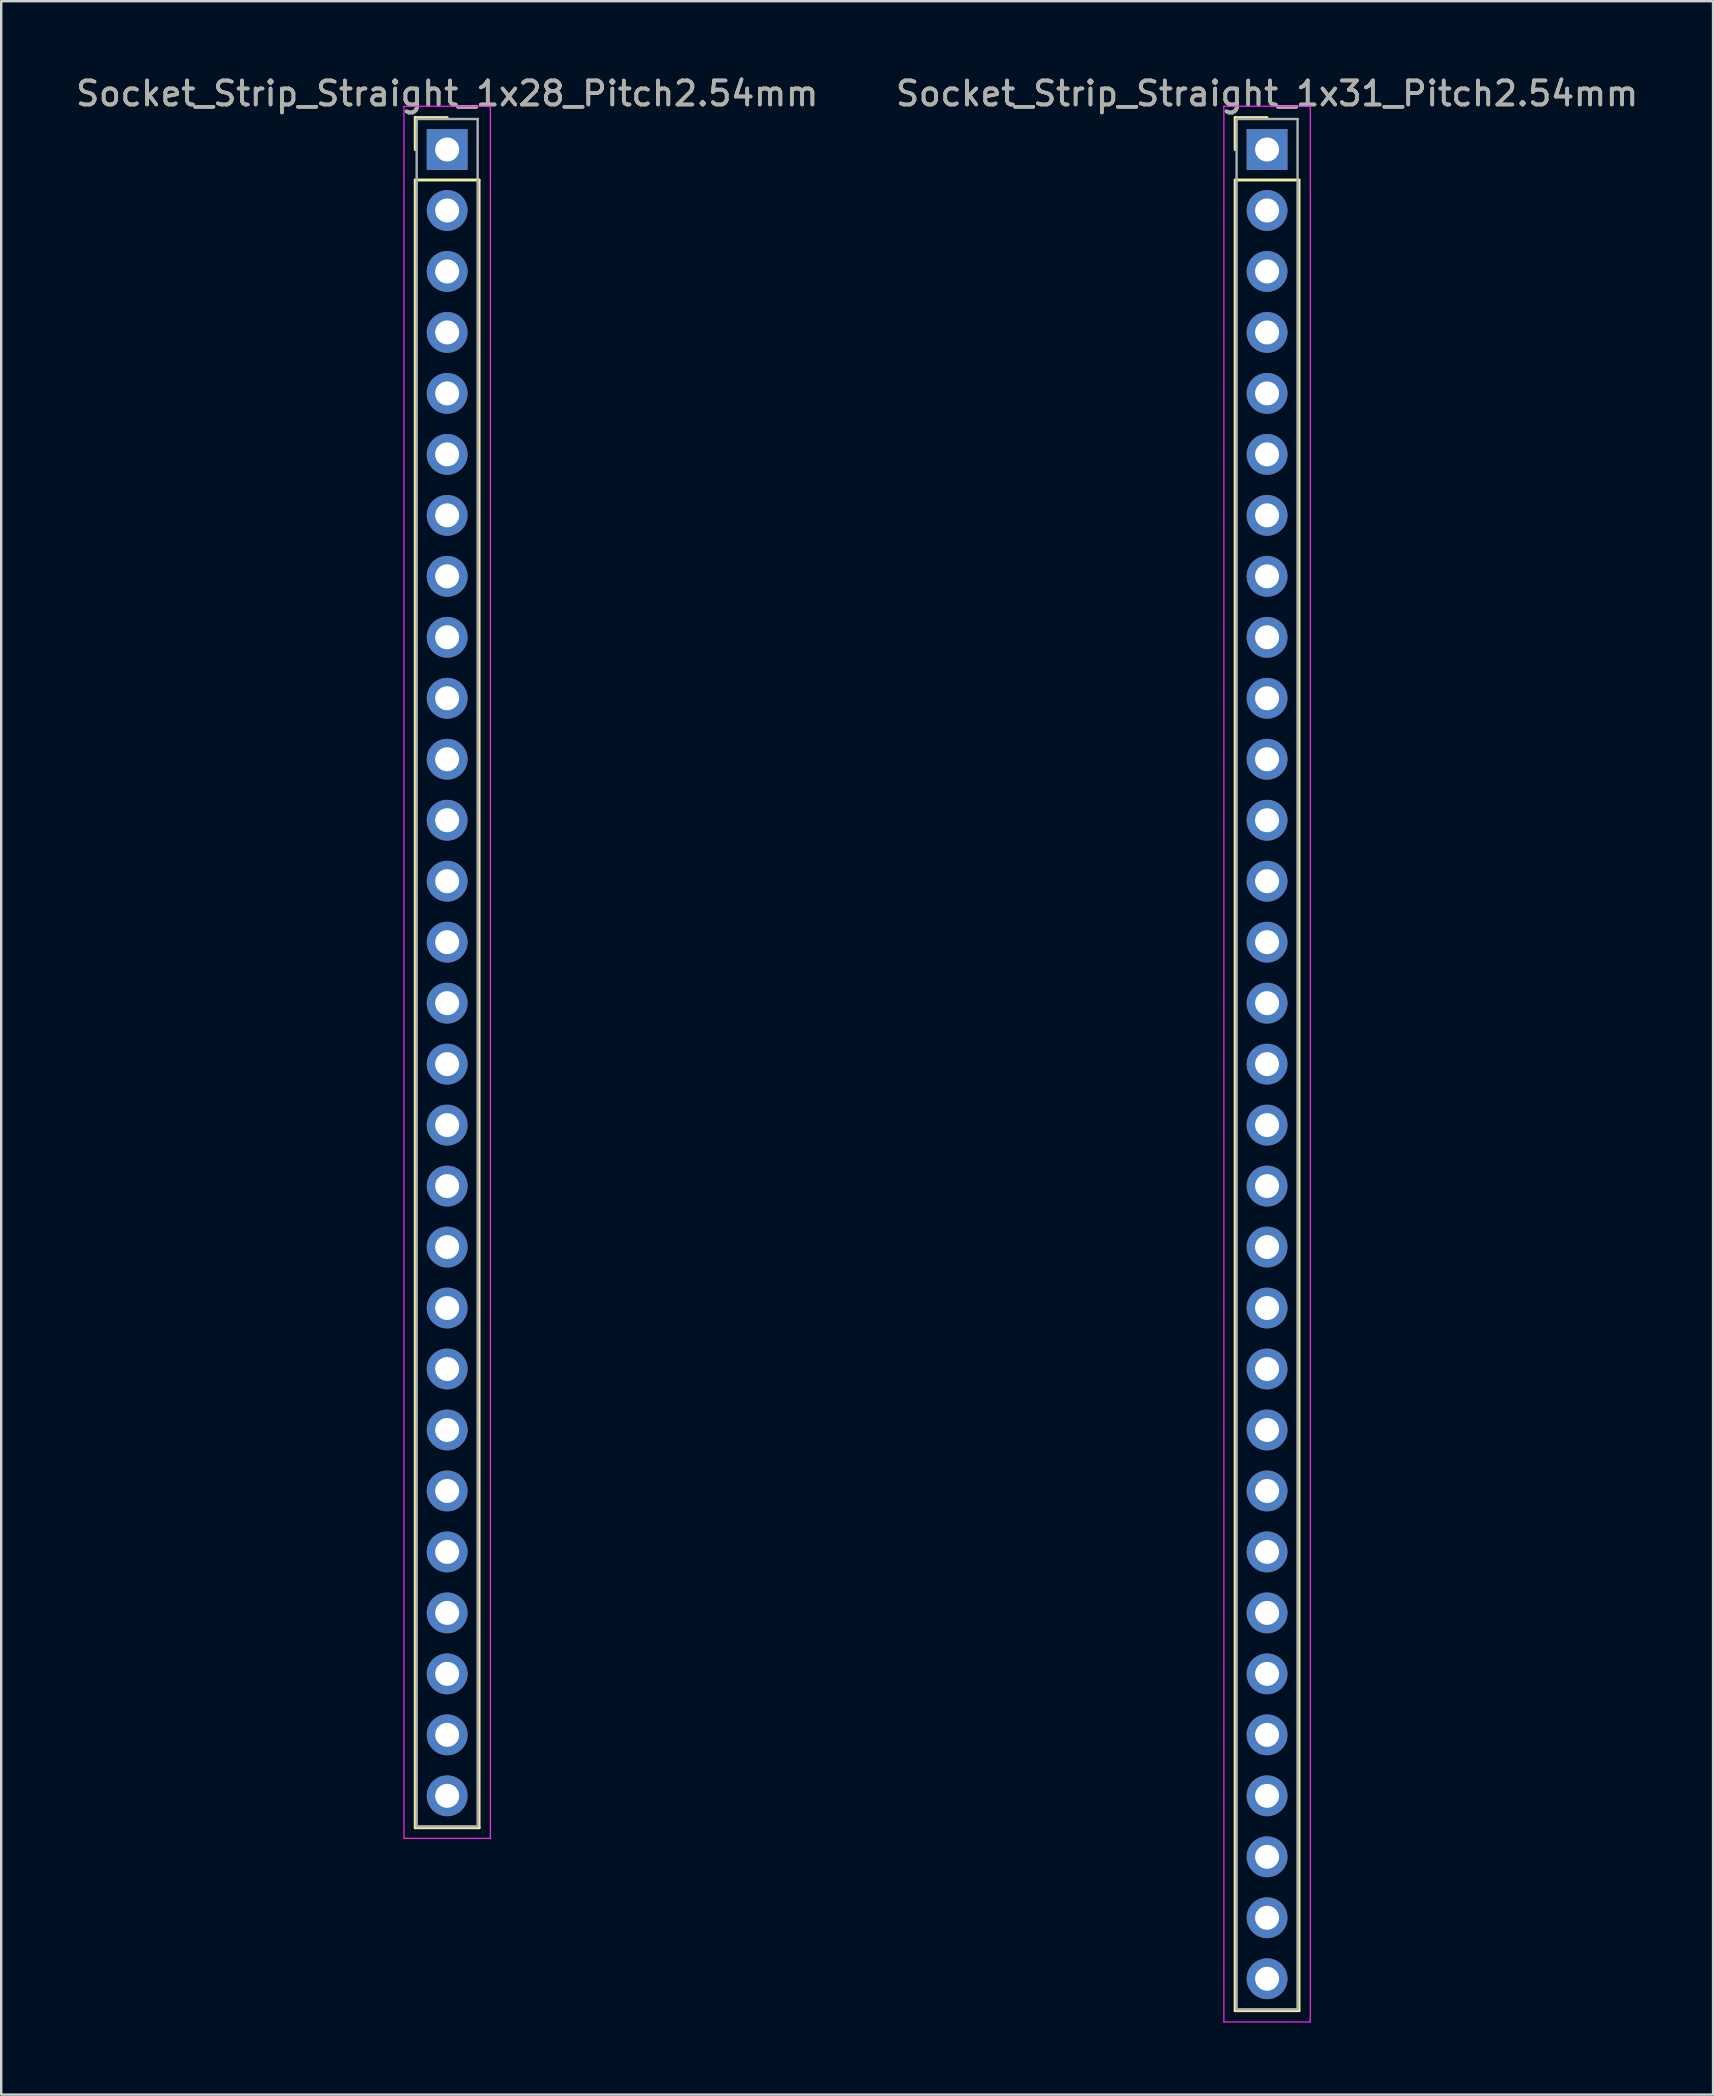
<source format=kicad_pcb>
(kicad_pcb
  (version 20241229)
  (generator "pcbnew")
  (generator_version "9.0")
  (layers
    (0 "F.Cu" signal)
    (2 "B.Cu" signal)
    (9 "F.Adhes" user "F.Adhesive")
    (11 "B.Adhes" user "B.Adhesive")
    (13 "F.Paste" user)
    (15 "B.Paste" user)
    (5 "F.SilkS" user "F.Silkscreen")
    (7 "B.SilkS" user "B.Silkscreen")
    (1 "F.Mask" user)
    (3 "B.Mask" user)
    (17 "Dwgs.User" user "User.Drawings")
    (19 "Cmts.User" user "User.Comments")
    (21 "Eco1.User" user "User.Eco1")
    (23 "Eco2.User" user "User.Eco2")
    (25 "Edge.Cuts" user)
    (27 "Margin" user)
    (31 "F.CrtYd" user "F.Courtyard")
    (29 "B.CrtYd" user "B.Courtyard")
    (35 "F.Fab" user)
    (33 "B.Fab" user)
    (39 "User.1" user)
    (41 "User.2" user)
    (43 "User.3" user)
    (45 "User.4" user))
  (footprint "Socket_Strip_Straight_1x28_Pitch2.54mm"
    (layer "F.Cu")
    (at 15.577 3.178)
    (property "Reference" "Socket_Strip_Straight_1x28_Pitch2.54mm" (at 0 -2.33 0) (layer "F.SilkS") (effects (font (size 1 1) (thickness 0.15))))
    (attr through_hole)
    (fp_line (start -1.33 -1.33) (end 0 -1.33) (stroke (width 0.12) (type solid)) (layer "F.SilkS"))
    (fp_line (start -1.33 0) (end -1.33 -1.33) (stroke (width 0.12) (type solid)) (layer "F.SilkS"))
    (fp_line (start -1.33 1.27) (end -1.33 69.91) (stroke (width 0.12) (type solid)) (layer "F.SilkS"))
    (fp_line (start -1.33 69.91) (end 1.33 69.91) (stroke (width 0.12) (type solid)) (layer "F.SilkS"))
    (fp_line (start 1.33 1.27) (end -1.33 1.27) (stroke (width 0.12) (type solid)) (layer "F.SilkS"))
    (fp_line (start 1.33 69.91) (end 1.33 1.27) (stroke (width 0.12) (type solid)) (layer "F.SilkS"))
    (fp_line (start -1.8 -1.8) (end -1.8 70.35) (stroke (width 0.05) (type solid)) (layer "F.CrtYd"))
    (fp_line (start -1.8 70.35) (end 1.8 70.35) (stroke (width 0.05) (type solid)) (layer "F.CrtYd"))
    (fp_line (start 1.8 -1.8) (end -1.8 -1.8) (stroke (width 0.05) (type solid)) (layer "F.CrtYd"))
    (fp_line (start 1.8 70.35) (end 1.8 -1.8) (stroke (width 0.05) (type solid)) (layer "F.CrtYd"))
    (fp_line (start -1.27 -1.27) (end -1.27 69.85) (stroke (width 0.1) (type solid)) (layer "F.Fab"))
    (fp_line (start -1.27 69.85) (end 1.27 69.85) (stroke (width 0.1) (type solid)) (layer "F.Fab"))
    (fp_line (start 1.27 -1.27) (end -1.27 -1.27) (stroke (width 0.1) (type solid)) (layer "F.Fab"))
    (fp_line (start 1.27 69.85) (end 1.27 -1.27) (stroke (width 0.1) (type solid)) (layer "F.Fab"))
    (fp_text user "${REFERENCE}" (at 0 -2.33 0) (layer "F.Fab") (effects (font (size 1 1) (thickness 0.15))))
    (pad "1" thru_hole rect (at 0 0) (size 1.7 1.7) (drill 1) (layers "*.Cu" "*.Mask"))
    (pad "2" thru_hole oval (at 0 2.54) (size 1.7 1.7) (drill 1) (layers "*.Cu" "*.Mask"))
    (pad "3" thru_hole oval (at 0 5.08) (size 1.7 1.7) (drill 1) (layers "*.Cu" "*.Mask"))
    (pad "4" thru_hole oval (at 0 7.62) (size 1.7 1.7) (drill 1) (layers "*.Cu" "*.Mask"))
    (pad "5" thru_hole oval (at 0 10.16) (size 1.7 1.7) (drill 1) (layers "*.Cu" "*.Mask"))
    (pad "6" thru_hole oval (at 0 12.7) (size 1.7 1.7) (drill 1) (layers "*.Cu" "*.Mask"))
    (pad "7" thru_hole oval (at 0 15.24) (size 1.7 1.7) (drill 1) (layers "*.Cu" "*.Mask"))
    (pad "8" thru_hole oval (at 0 17.78) (size 1.7 1.7) (drill 1) (layers "*.Cu" "*.Mask"))
    (pad "9" thru_hole oval (at 0 20.32) (size 1.7 1.7) (drill 1) (layers "*.Cu" "*.Mask"))
    (pad "10" thru_hole oval (at 0 22.86) (size 1.7 1.7) (drill 1) (layers "*.Cu" "*.Mask"))
    (pad "11" thru_hole oval (at 0 25.4) (size 1.7 1.7) (drill 1) (layers "*.Cu" "*.Mask"))
    (pad "12" thru_hole oval (at 0 27.94) (size 1.7 1.7) (drill 1) (layers "*.Cu" "*.Mask"))
    (pad "13" thru_hole oval (at 0 30.48) (size 1.7 1.7) (drill 1) (layers "*.Cu" "*.Mask"))
    (pad "14" thru_hole oval (at 0 33.02) (size 1.7 1.7) (drill 1) (layers "*.Cu" "*.Mask"))
    (pad "15" thru_hole oval (at 0 35.56) (size 1.7 1.7) (drill 1) (layers "*.Cu" "*.Mask"))
    (pad "16" thru_hole oval (at 0 38.1) (size 1.7 1.7) (drill 1) (layers "*.Cu" "*.Mask"))
    (pad "17" thru_hole oval (at 0 40.64) (size 1.7 1.7) (drill 1) (layers "*.Cu" "*.Mask"))
    (pad "18" thru_hole oval (at 0 43.18) (size 1.7 1.7) (drill 1) (layers "*.Cu" "*.Mask"))
    (pad "19" thru_hole oval (at 0 45.72) (size 1.7 1.7) (drill 1) (layers "*.Cu" "*.Mask"))
    (pad "20" thru_hole oval (at 0 48.26) (size 1.7 1.7) (drill 1) (layers "*.Cu" "*.Mask"))
    (pad "21" thru_hole oval (at 0 50.8) (size 1.7 1.7) (drill 1) (layers "*.Cu" "*.Mask"))
    (pad "22" thru_hole oval (at 0 53.34) (size 1.7 1.7) (drill 1) (layers "*.Cu" "*.Mask"))
    (pad "23" thru_hole oval (at 0 55.88) (size 1.7 1.7) (drill 1) (layers "*.Cu" "*.Mask"))
    (pad "24" thru_hole oval (at 0 58.42) (size 1.7 1.7) (drill 1) (layers "*.Cu" "*.Mask"))
    (pad "25" thru_hole oval (at 0 60.96) (size 1.7 1.7) (drill 1) (layers "*.Cu" "*.Mask"))
    (pad "26" thru_hole oval (at 0 63.5) (size 1.7 1.7) (drill 1) (layers "*.Cu" "*.Mask"))
    (pad "27" thru_hole oval (at 0 66.04) (size 1.7 1.7) (drill 1) (layers "*.Cu" "*.Mask"))
    (pad "28" thru_hole oval (at 0 68.58) (size 1.7 1.7) (drill 1) (layers "*.Cu" "*.Mask")))
  (footprint "Socket_Strip_Straight_1x31_Pitch2.54mm"
    (layer "F.Cu")
    (at 49.732 3.178)
    (property "Reference" "Socket_Strip_Straight_1x31_Pitch2.54mm" (at 0 -2.33 0) (layer "F.SilkS") (effects (font (size 1 1) (thickness 0.15))))
    (attr through_hole)
    (fp_line (start -1.33 -1.33) (end 0 -1.33) (stroke (width 0.12) (type solid)) (layer "F.SilkS"))
    (fp_line (start -1.33 0) (end -1.33 -1.33) (stroke (width 0.12) (type solid)) (layer "F.SilkS"))
    (fp_line (start -1.33 1.27) (end -1.33 77.53) (stroke (width 0.12) (type solid)) (layer "F.SilkS"))
    (fp_line (start -1.33 77.53) (end 1.33 77.53) (stroke (width 0.12) (type solid)) (layer "F.SilkS"))
    (fp_line (start 1.33 1.27) (end -1.33 1.27) (stroke (width 0.12) (type solid)) (layer "F.SilkS"))
    (fp_line (start 1.33 77.53) (end 1.33 1.27) (stroke (width 0.12) (type solid)) (layer "F.SilkS"))
    (fp_line (start -1.8 -1.8) (end -1.8 78) (stroke (width 0.05) (type solid)) (layer "F.CrtYd"))
    (fp_line (start -1.8 78) (end 1.8 78) (stroke (width 0.05) (type solid)) (layer "F.CrtYd"))
    (fp_line (start 1.8 -1.8) (end -1.8 -1.8) (stroke (width 0.05) (type solid)) (layer "F.CrtYd"))
    (fp_line (start 1.8 78) (end 1.8 -1.8) (stroke (width 0.05) (type solid)) (layer "F.CrtYd"))
    (fp_line (start -1.27 -1.27) (end -1.27 77.47) (stroke (width 0.1) (type solid)) (layer "F.Fab"))
    (fp_line (start -1.27 77.47) (end 1.27 77.47) (stroke (width 0.1) (type solid)) (layer "F.Fab"))
    (fp_line (start 1.27 -1.27) (end -1.27 -1.27) (stroke (width 0.1) (type solid)) (layer "F.Fab"))
    (fp_line (start 1.27 77.47) (end 1.27 -1.27) (stroke (width 0.1) (type solid)) (layer "F.Fab"))
    (fp_text user "${REFERENCE}" (at 0 -2.33 0) (layer "F.Fab") (effects (font (size 1 1) (thickness 0.15))))
    (pad "1" thru_hole rect (at 0 0) (size 1.7 1.7) (drill 1) (layers "*.Cu" "*.Mask"))
    (pad "2" thru_hole oval (at 0 2.54) (size 1.7 1.7) (drill 1) (layers "*.Cu" "*.Mask"))
    (pad "3" thru_hole oval (at 0 5.08) (size 1.7 1.7) (drill 1) (layers "*.Cu" "*.Mask"))
    (pad "4" thru_hole oval (at 0 7.62) (size 1.7 1.7) (drill 1) (layers "*.Cu" "*.Mask"))
    (pad "5" thru_hole oval (at 0 10.16) (size 1.7 1.7) (drill 1) (layers "*.Cu" "*.Mask"))
    (pad "6" thru_hole oval (at 0 12.7) (size 1.7 1.7) (drill 1) (layers "*.Cu" "*.Mask"))
    (pad "7" thru_hole oval (at 0 15.24) (size 1.7 1.7) (drill 1) (layers "*.Cu" "*.Mask"))
    (pad "8" thru_hole oval (at 0 17.78) (size 1.7 1.7) (drill 1) (layers "*.Cu" "*.Mask"))
    (pad "9" thru_hole oval (at 0 20.32) (size 1.7 1.7) (drill 1) (layers "*.Cu" "*.Mask"))
    (pad "10" thru_hole oval (at 0 22.86) (size 1.7 1.7) (drill 1) (layers "*.Cu" "*.Mask"))
    (pad "11" thru_hole oval (at 0 25.4) (size 1.7 1.7) (drill 1) (layers "*.Cu" "*.Mask"))
    (pad "12" thru_hole oval (at 0 27.94) (size 1.7 1.7) (drill 1) (layers "*.Cu" "*.Mask"))
    (pad "13" thru_hole oval (at 0 30.48) (size 1.7 1.7) (drill 1) (layers "*.Cu" "*.Mask"))
    (pad "14" thru_hole oval (at 0 33.02) (size 1.7 1.7) (drill 1) (layers "*.Cu" "*.Mask"))
    (pad "15" thru_hole oval (at 0 35.56) (size 1.7 1.7) (drill 1) (layers "*.Cu" "*.Mask"))
    (pad "16" thru_hole oval (at 0 38.1) (size 1.7 1.7) (drill 1) (layers "*.Cu" "*.Mask"))
    (pad "17" thru_hole oval (at 0 40.64) (size 1.7 1.7) (drill 1) (layers "*.Cu" "*.Mask"))
    (pad "18" thru_hole oval (at 0 43.18) (size 1.7 1.7) (drill 1) (layers "*.Cu" "*.Mask"))
    (pad "19" thru_hole oval (at 0 45.72) (size 1.7 1.7) (drill 1) (layers "*.Cu" "*.Mask"))
    (pad "20" thru_hole oval (at 0 48.26) (size 1.7 1.7) (drill 1) (layers "*.Cu" "*.Mask"))
    (pad "21" thru_hole oval (at 0 50.8) (size 1.7 1.7) (drill 1) (layers "*.Cu" "*.Mask"))
    (pad "22" thru_hole oval (at 0 53.34) (size 1.7 1.7) (drill 1) (layers "*.Cu" "*.Mask"))
    (pad "23" thru_hole oval (at 0 55.88) (size 1.7 1.7) (drill 1) (layers "*.Cu" "*.Mask"))
    (pad "24" thru_hole oval (at 0 58.42) (size 1.7 1.7) (drill 1) (layers "*.Cu" "*.Mask"))
    (pad "25" thru_hole oval (at 0 60.96) (size 1.7 1.7) (drill 1) (layers "*.Cu" "*.Mask"))
    (pad "26" thru_hole oval (at 0 63.5) (size 1.7 1.7) (drill 1) (layers "*.Cu" "*.Mask"))
    (pad "27" thru_hole oval (at 0 66.04) (size 1.7 1.7) (drill 1) (layers "*.Cu" "*.Mask"))
    (pad "28" thru_hole oval (at 0 68.58) (size 1.7 1.7) (drill 1) (layers "*.Cu" "*.Mask"))
    (pad "29" thru_hole oval (at 0 71.12) (size 1.7 1.7) (drill 1) (layers "*.Cu" "*.Mask"))
    (pad "30" thru_hole oval (at 0 73.66) (size 1.7 1.7) (drill 1) (layers "*.Cu" "*.Mask"))
    (pad "31" thru_hole oval (at 0 76.2) (size 1.7 1.7) (drill 1) (layers "*.Cu" "*.Mask")))
  (gr_rect
    (start -3 -3)
    (end 68.31 84.203)
    (stroke (width 0.1) (type default))
    (fill no)
    (layer "Edge.Cuts")))
</source>
